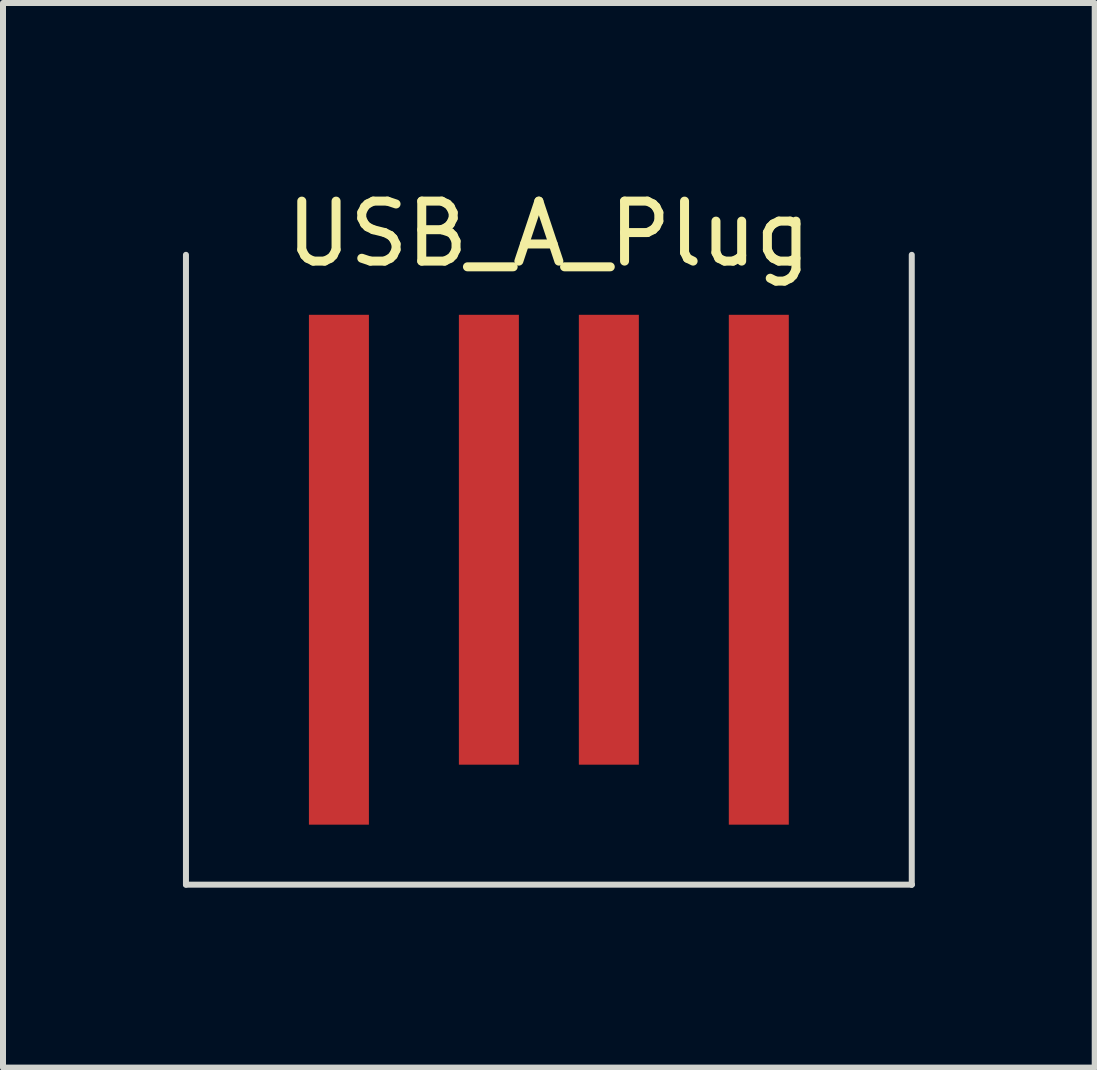
<source format=kicad_pcb>
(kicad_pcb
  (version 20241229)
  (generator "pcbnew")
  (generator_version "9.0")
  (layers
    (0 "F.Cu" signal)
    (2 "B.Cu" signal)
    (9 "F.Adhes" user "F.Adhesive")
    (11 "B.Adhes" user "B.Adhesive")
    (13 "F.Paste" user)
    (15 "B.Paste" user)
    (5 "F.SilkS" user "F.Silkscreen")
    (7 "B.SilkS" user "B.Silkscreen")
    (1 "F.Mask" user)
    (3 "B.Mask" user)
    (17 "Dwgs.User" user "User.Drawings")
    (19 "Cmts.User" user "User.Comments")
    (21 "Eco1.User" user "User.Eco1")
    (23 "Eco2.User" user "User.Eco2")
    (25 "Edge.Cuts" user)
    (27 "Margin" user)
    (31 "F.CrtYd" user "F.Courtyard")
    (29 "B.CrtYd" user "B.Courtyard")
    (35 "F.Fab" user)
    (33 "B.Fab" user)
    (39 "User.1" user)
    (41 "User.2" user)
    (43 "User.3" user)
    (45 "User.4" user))
  (footprint "USB_A_Plug"
    (layer "F.Cu")
    (at 6.1 6.448)
    (property "Reference" "USB_A_Plug" (at 0 -5.6 0) (unlocked yes) (layer "F.SilkS") (effects (font (size 1 1) (thickness 0.15))))
    (attr through_hole)
    (fp_line (start -6.05 -5.25) (end -6.05 5.25) (stroke (width 0.1) (type solid)) (layer "Edge.Cuts"))
    (fp_line (start -6.05 5.25) (end 6.05 5.25) (stroke (width 0.1) (type solid)) (layer "Edge.Cuts"))
    (fp_line (start 6.05 -5.25) (end 6.05 5.25) (stroke (width 0.1) (type solid)) (layer "Edge.Cuts"))
    (fp_line (start 6.05 5.25) (end 6.05 5.25) (stroke (width 0.1) (type solid)) (layer "Edge.Cuts"))
    (pad "1" smd rect (at 3.5 0) (size 1 8.5) (layers "F.Cu" "F.Mask" "F.Paste"))
    (pad "2" smd rect (at 1 -0.5) (size 1 7.5) (layers "F.Cu" "F.Mask" "F.Paste"))
    (pad "3" smd rect (at -1 -0.5) (size 1 7.5) (layers "F.Cu" "F.Mask" "F.Paste"))
    (pad "4" smd rect (at -3.5 0) (size 1 8.5) (layers "F.Cu" "F.Mask" "F.Paste")))
  (gr_rect
    (start -3 -3)
    (end 15.2 14.748)
    (stroke (width 0.1) (type default))
    (fill no)
    (layer "Edge.Cuts")))
</source>
